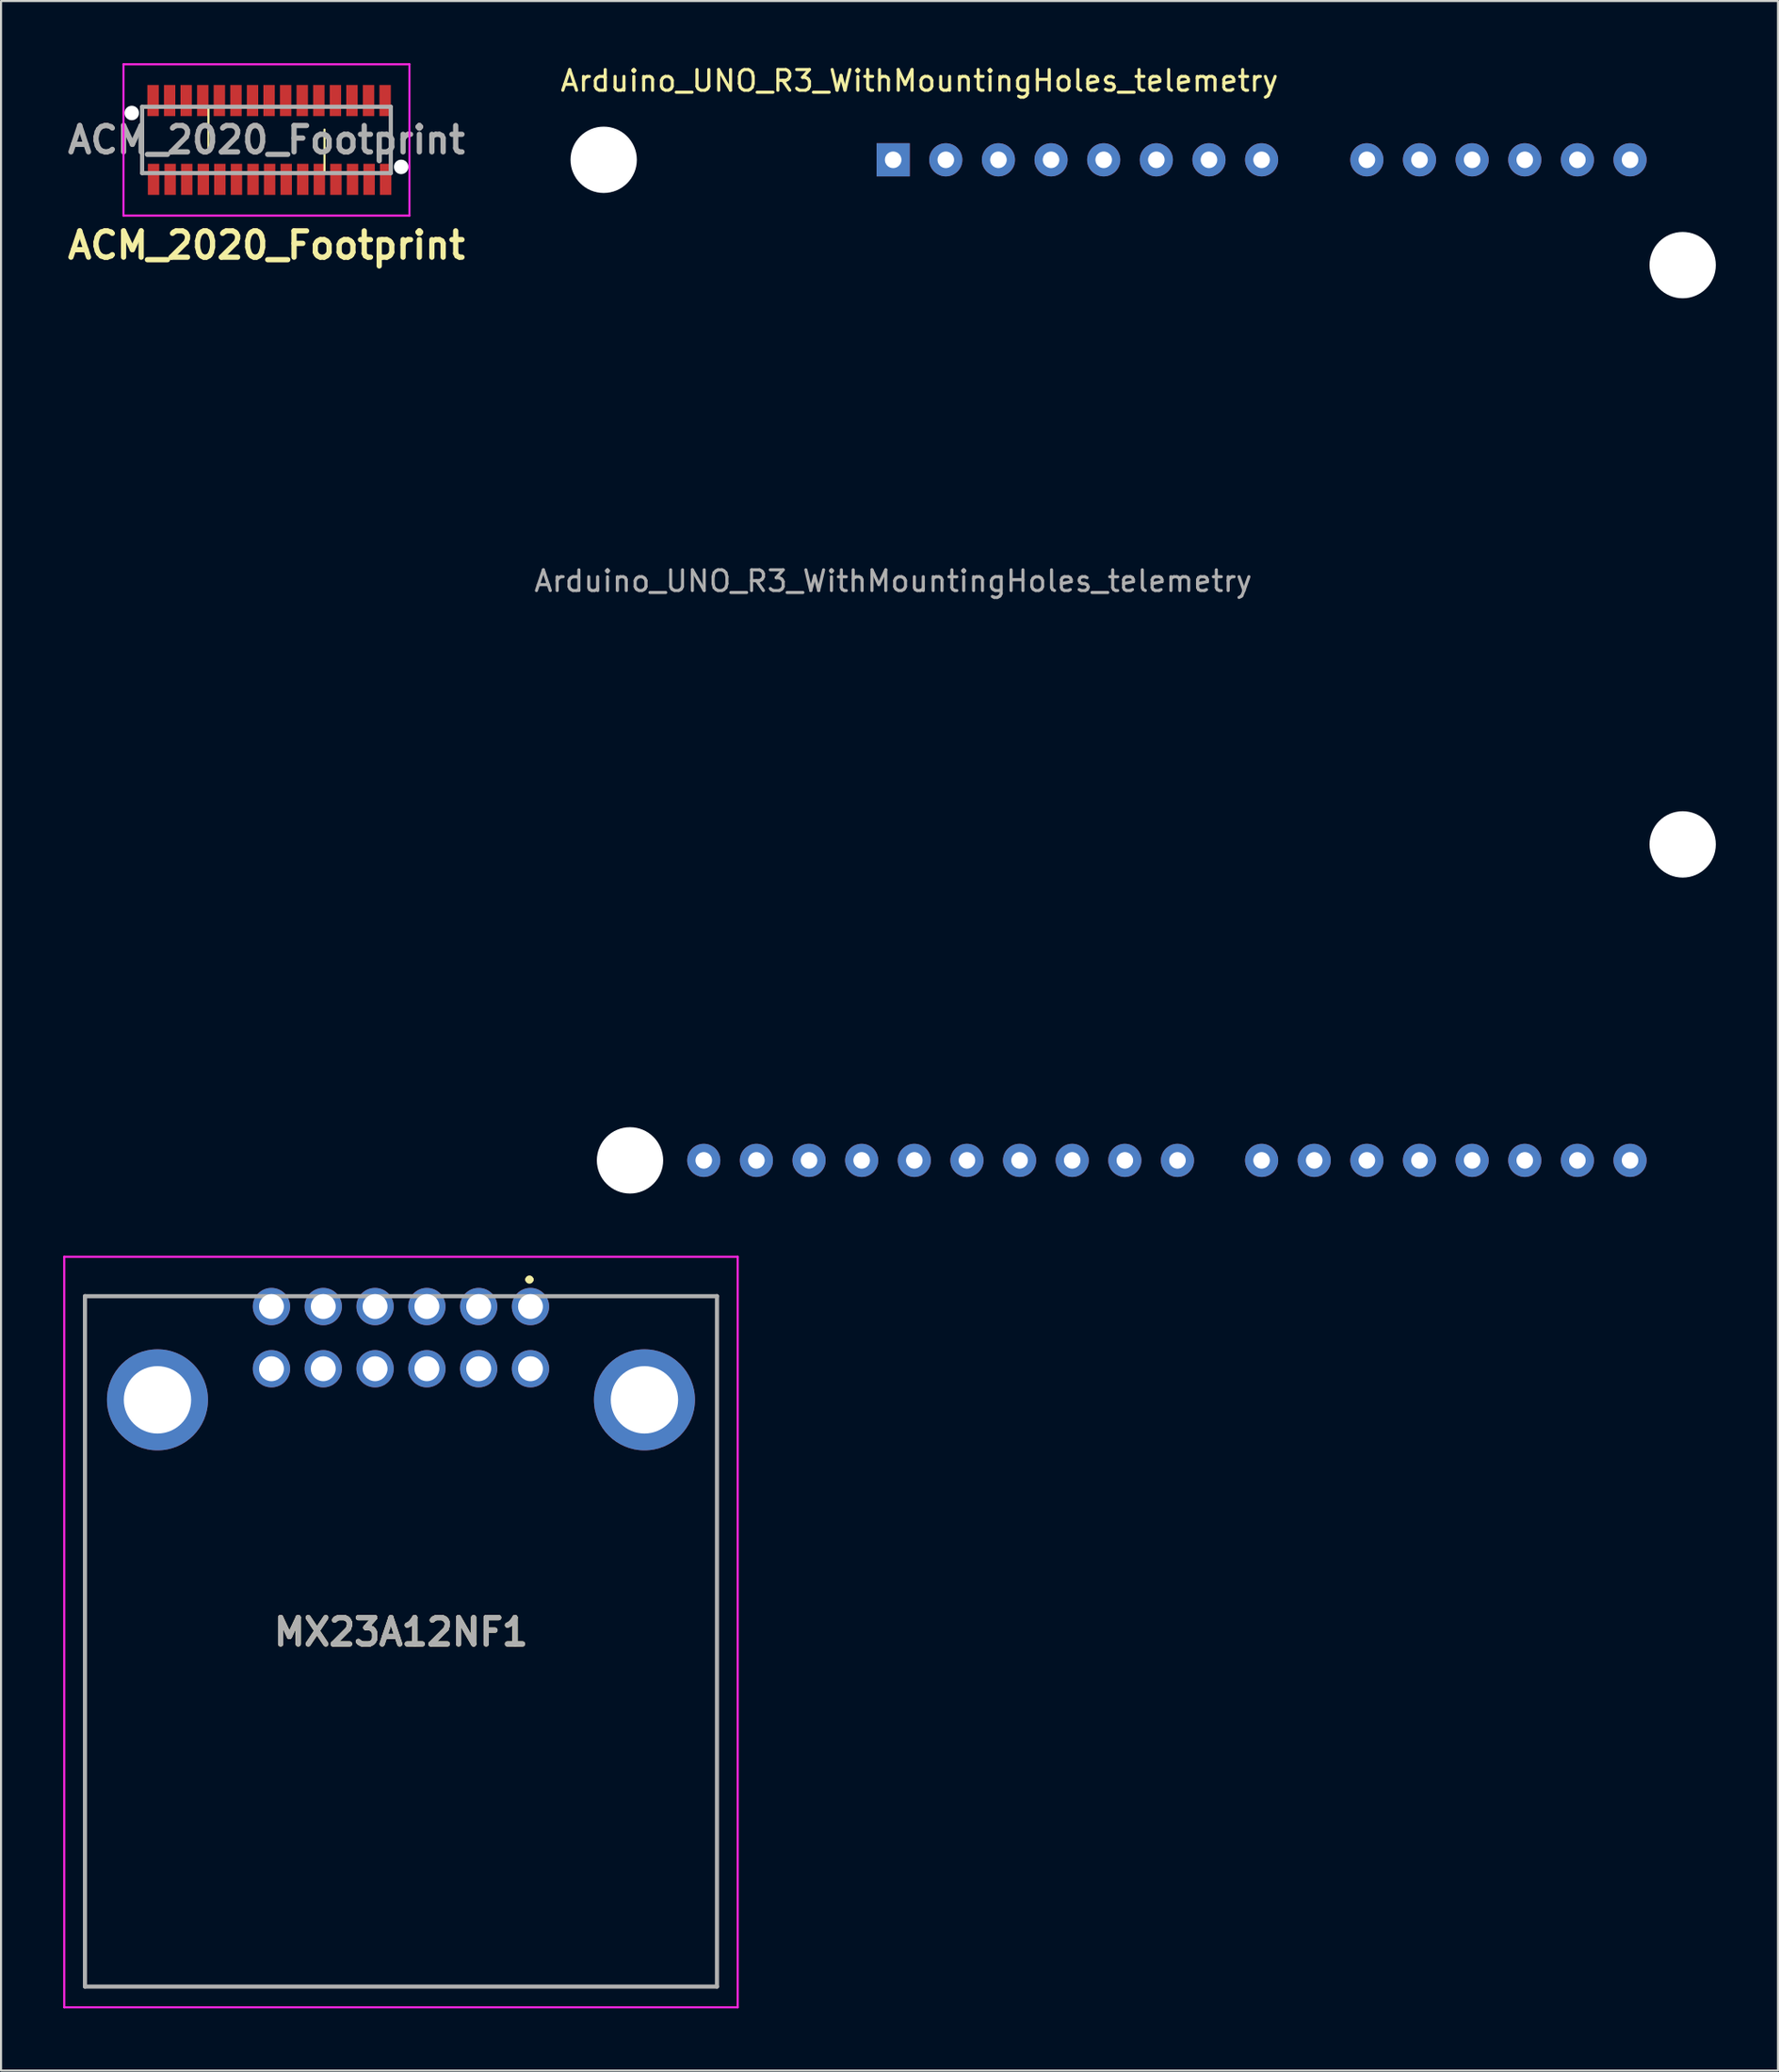
<source format=kicad_pcb>
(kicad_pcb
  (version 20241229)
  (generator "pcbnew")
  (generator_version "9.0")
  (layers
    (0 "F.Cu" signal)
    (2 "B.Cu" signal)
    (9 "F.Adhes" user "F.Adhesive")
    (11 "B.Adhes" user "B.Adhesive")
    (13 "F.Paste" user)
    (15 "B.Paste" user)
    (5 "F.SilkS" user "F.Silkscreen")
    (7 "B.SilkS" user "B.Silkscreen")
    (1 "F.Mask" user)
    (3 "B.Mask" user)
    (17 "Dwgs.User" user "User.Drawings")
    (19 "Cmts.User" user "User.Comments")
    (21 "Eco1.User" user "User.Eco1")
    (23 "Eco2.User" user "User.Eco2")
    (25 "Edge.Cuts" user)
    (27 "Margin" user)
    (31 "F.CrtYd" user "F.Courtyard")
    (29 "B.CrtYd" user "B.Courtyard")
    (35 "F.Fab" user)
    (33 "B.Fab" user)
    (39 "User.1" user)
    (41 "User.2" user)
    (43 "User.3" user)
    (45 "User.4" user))
  (footprint "ACM_2020_Footprint"
    (layer "F.Cu")
    (at 9.809 3.7)
    (property "Reference" "ACM_2020_Footprint" (at 0 5.08 180) (layer "F.SilkS") (effects (font (size 1.27 1.27) (thickness 0.254))))
    (attr through_hole)
    (fp_line (start -2.8 -1.6) (end -2.8 0.5) (stroke (width 0.1) (type solid)) (layer "F.SilkS"))
    (fp_line (start -2 -1.6) (end -2.8 -1.6) (stroke (width 0.1) (type solid)) (layer "F.SilkS"))
    (fp_line (start 2.8 -0.5) (end 2.8 1.6) (stroke (width 0.1) (type solid)) (layer "F.SilkS"))
    (fp_line (start 2.8 1.6) (end 2 1.6) (stroke (width 0.1) (type solid)) (layer "F.SilkS"))
    (fp_line (start -6.9 -3.65) (end 6.9 -3.65) (stroke (width 0.1) (type solid)) (layer "F.CrtYd"))
    (fp_line (start -6.9 3.65) (end -6.9 -3.65) (stroke (width 0.1) (type solid)) (layer "F.CrtYd"))
    (fp_line (start 6.9 -3.65) (end 6.9 3.65) (stroke (width 0.1) (type solid)) (layer "F.CrtYd"))
    (fp_line (start 6.9 3.65) (end -6.9 3.65) (stroke (width 0.1) (type solid)) (layer "F.CrtYd"))
    (fp_line (start -6 -1.6) (end 6 -1.6) (stroke (width 0.2) (type solid)) (layer "F.Fab"))
    (fp_line (start -6 1.6) (end -6 -1.6) (stroke (width 0.2) (type solid)) (layer "F.Fab"))
    (fp_line (start 6 -1.6) (end 6 1.6) (stroke (width 0.2) (type solid)) (layer "F.Fab"))
    (fp_line (start 6 1.6) (end -6 1.6) (stroke (width 0.2) (type solid)) (layer "F.Fab"))
    (fp_text user "${REFERENCE}" (at 0 0 180) (layer "F.Fab") (effects (font (size 1.27 1.27) (thickness 0.254))))
    (pad "" np_thru_hole circle (at -6.5 -1.3) (size 0.7 0.7) (drill 0.7) (layers "*.Cu" "*.Mask"))
    (pad "" np_thru_hole circle (at 6.5 1.3) (size 0.7 0.7) (drill 0.7) (layers "*.Cu" "*.Mask"))
    (pad "1" smd rect (at 5.752 1.9) (size 0.55 1.5) (layers "F.Cu" "F.Mask" "F.Paste"))
    (pad "2" smd rect (at 5.727 -1.9) (size 0.55 1.5) (layers "F.Cu" "F.Mask" "F.Paste"))
    (pad "3" smd rect (at 4.952 1.9) (size 0.55 1.5) (layers "F.Cu" "F.Mask" "F.Paste"))
    (pad "4" smd rect (at 4.927 -1.9) (size 0.55 1.5) (layers "F.Cu" "F.Mask" "F.Paste"))
    (pad "5" smd rect (at 4.152 1.9) (size 0.55 1.5) (layers "F.Cu" "F.Mask" "F.Paste"))
    (pad "6" smd rect (at 4.127 -1.9) (size 0.55 1.5) (layers "F.Cu" "F.Mask" "F.Paste"))
    (pad "7" smd rect (at 3.352 1.9) (size 0.55 1.5) (layers "F.Cu" "F.Mask" "F.Paste"))
    (pad "8" smd rect (at 3.327 -1.9) (size 0.55 1.5) (layers "F.Cu" "F.Mask" "F.Paste"))
    (pad "9" smd rect (at 2.552 1.9) (size 0.55 1.5) (layers "F.Cu" "F.Mask" "F.Paste"))
    (pad "10" smd rect (at 2.527 -1.9) (size 0.55 1.5) (layers "F.Cu" "F.Mask" "F.Paste"))
    (pad "11" smd rect (at 1.752 1.9) (size 0.55 1.5) (layers "F.Cu" "F.Mask" "F.Paste"))
    (pad "12" smd rect (at 1.727 -1.9) (size 0.55 1.5) (layers "F.Cu" "F.Mask" "F.Paste"))
    (pad "13" smd rect (at 0.952 1.9) (size 0.55 1.5) (layers "F.Cu" "F.Mask" "F.Paste"))
    (pad "14" smd rect (at 0.927 -1.9) (size 0.55 1.5) (layers "F.Cu" "F.Mask" "F.Paste"))
    (pad "15" smd rect (at 0.152 1.9) (size 0.55 1.5) (layers "F.Cu" "F.Mask" "F.Paste"))
    (pad "16" smd rect (at 0.127 -1.9) (size 0.55 1.5) (layers "F.Cu" "F.Mask" "F.Paste"))
    (pad "17" smd rect (at -0.648 1.9) (size 0.55 1.5) (layers "F.Cu" "F.Mask" "F.Paste"))
    (pad "18" smd rect (at -0.673 -1.9) (size 0.55 1.5) (layers "F.Cu" "F.Mask" "F.Paste"))
    (pad "19" smd rect (at -1.448 1.9) (size 0.55 1.5) (layers "F.Cu" "F.Mask" "F.Paste"))
    (pad "20" smd rect (at -1.473 -1.9) (size 0.55 1.5) (layers "F.Cu" "F.Mask" "F.Paste"))
    (pad "21" smd rect (at -2.248 1.9) (size 0.55 1.5) (layers "F.Cu" "F.Mask" "F.Paste"))
    (pad "22" smd rect (at -2.273 -1.9) (size 0.55 1.5) (layers "F.Cu" "F.Mask" "F.Paste"))
    (pad "23" smd rect (at -3.048 1.9) (size 0.55 1.5) (layers "F.Cu" "F.Mask" "F.Paste"))
    (pad "24" smd rect (at -3.073 -1.9) (size 0.55 1.5) (layers "F.Cu" "F.Mask" "F.Paste"))
    (pad "25" smd rect (at -3.848 1.9) (size 0.55 1.5) (layers "F.Cu" "F.Mask" "F.Paste"))
    (pad "26" smd rect (at -3.873 -1.9) (size 0.55 1.5) (layers "F.Cu" "F.Mask" "F.Paste"))
    (pad "27" smd rect (at -4.648 1.9) (size 0.55 1.5) (layers "F.Cu" "F.Mask" "F.Paste"))
    (pad "28" smd rect (at -4.673 -1.9) (size 0.55 1.5) (layers "F.Cu" "F.Mask" "F.Paste"))
    (pad "29" smd rect (at -5.448 1.9) (size 0.55 1.5) (layers "F.Cu" "F.Mask" "F.Paste"))
    (pad "30" smd rect (at -5.473 -1.9) (size 0.55 1.5) (layers "F.Cu" "F.Mask" "F.Paste")))
  (footprint "Arduino_UNO_R3_WithMountingHoles_telemetry"
    (layer "F.Cu")
    (at 40.053 4.658)
    (property "Reference" "Arduino_UNO_R3_WithMountingHoles_telemetry" (at 1.27 -3.81 180) (layer "F.SilkS") (effects (font (size 1 1) (thickness 0.15))))
    (attr through_hole)
    (fp_text user "${REFERENCE}" (at 0 20.32 180) (layer "F.Fab") (effects (font (size 1 1) (thickness 0.15))))
    (pad "" np_thru_hole circle (at -13.97 0 90) (size 3.2 3.2) (drill 3.2) (layers "*.Cu" "*.Mask"))
    (pad "" np_thru_hole circle (at -12.7 48.26 90) (size 3.2 3.2) (drill 3.2) (layers "*.Cu" "*.Mask"))
    (pad "" np_thru_hole circle (at 38.1 5.08 90) (size 3.2 3.2) (drill 3.2) (layers "*.Cu" "*.Mask"))
    (pad "" np_thru_hole circle (at 38.1 33.02 90) (size 3.2 3.2) (drill 3.2) (layers "*.Cu" "*.Mask"))
    (pad "1" thru_hole rect (at 0 0 90) (size 1.6 1.6) (drill 0.8) (layers "*.Cu" "*.Mask"))
    (pad "2" thru_hole oval (at 2.54 0 90) (size 1.6 1.6) (drill 0.8) (layers "*.Cu" "*.Mask"))
    (pad "3" thru_hole oval (at 5.08 0 90) (size 1.6 1.6) (drill 0.8) (layers "*.Cu" "*.Mask"))
    (pad "4" thru_hole oval (at 7.62 0 90) (size 1.6 1.6) (drill 0.8) (layers "*.Cu" "*.Mask"))
    (pad "5" thru_hole oval (at 10.16 0 90) (size 1.6 1.6) (drill 0.8) (layers "*.Cu" "*.Mask"))
    (pad "6" thru_hole oval (at 12.7 0 90) (size 1.6 1.6) (drill 0.8) (layers "*.Cu" "*.Mask"))
    (pad "7" thru_hole oval (at 15.24 0 90) (size 1.6 1.6) (drill 0.8) (layers "*.Cu" "*.Mask"))
    (pad "8" thru_hole oval (at 17.78 0 90) (size 1.6 1.6) (drill 0.8) (layers "*.Cu" "*.Mask"))
    (pad "9" thru_hole oval (at 22.86 0 90) (size 1.6 1.6) (drill 0.8) (layers "*.Cu" "*.Mask"))
    (pad "10" thru_hole oval (at 25.4 0 90) (size 1.6 1.6) (drill 0.8) (layers "*.Cu" "*.Mask"))
    (pad "11" thru_hole oval (at 27.94 0 90) (size 1.6 1.6) (drill 0.8) (layers "*.Cu" "*.Mask"))
    (pad "12" thru_hole oval (at 30.48 0 90) (size 1.6 1.6) (drill 0.8) (layers "*.Cu" "*.Mask"))
    (pad "13" thru_hole oval (at 33.02 0 90) (size 1.6 1.6) (drill 0.8) (layers "*.Cu" "*.Mask"))
    (pad "14" thru_hole oval (at 35.56 0 90) (size 1.6 1.6) (drill 0.8) (layers "*.Cu" "*.Mask"))
    (pad "15" thru_hole oval (at 35.56 48.26 90) (size 1.6 1.6) (drill 0.8) (layers "*.Cu" "*.Mask"))
    (pad "16" thru_hole oval (at 33.02 48.26 90) (size 1.6 1.6) (drill 0.8) (layers "*.Cu" "*.Mask"))
    (pad "17" thru_hole oval (at 30.48 48.26 90) (size 1.6 1.6) (drill 0.8) (layers "*.Cu" "*.Mask"))
    (pad "18" thru_hole oval (at 27.94 48.26 90) (size 1.6 1.6) (drill 0.8) (layers "*.Cu" "*.Mask"))
    (pad "19" thru_hole oval (at 25.4 48.26 90) (size 1.6 1.6) (drill 0.8) (layers "*.Cu" "*.Mask"))
    (pad "20" thru_hole oval (at 22.86 48.26 90) (size 1.6 1.6) (drill 0.8) (layers "*.Cu" "*.Mask"))
    (pad "21" thru_hole oval (at 20.32 48.26 90) (size 1.6 1.6) (drill 0.8) (layers "*.Cu" "*.Mask"))
    (pad "22" thru_hole oval (at 17.78 48.26 90) (size 1.6 1.6) (drill 0.8) (layers "*.Cu" "*.Mask"))
    (pad "23" thru_hole oval (at 13.72 48.26 90) (size 1.6 1.6) (drill 0.8) (layers "*.Cu" "*.Mask"))
    (pad "24" thru_hole oval (at 11.18 48.26 90) (size 1.6 1.6) (drill 0.8) (layers "*.Cu" "*.Mask"))
    (pad "25" thru_hole oval (at 8.64 48.26 90) (size 1.6 1.6) (drill 0.8) (layers "*.Cu" "*.Mask"))
    (pad "26" thru_hole oval (at 6.1 48.26 90) (size 1.6 1.6) (drill 0.8) (layers "*.Cu" "*.Mask"))
    (pad "27" thru_hole oval (at 3.56 48.26 90) (size 1.6 1.6) (drill 0.8) (layers "*.Cu" "*.Mask"))
    (pad "28" thru_hole oval (at 1.02 48.26 90) (size 1.6 1.6) (drill 0.8) (layers "*.Cu" "*.Mask"))
    (pad "29" thru_hole oval (at -1.52 48.26 90) (size 1.6 1.6) (drill 0.8) (layers "*.Cu" "*.Mask"))
    (pad "30" thru_hole oval (at -4.06 48.26 90) (size 1.6 1.6) (drill 0.8) (layers "*.Cu" "*.Mask"))
    (pad "31" thru_hole oval (at -6.6 48.26 90) (size 1.6 1.6) (drill 0.8) (layers "*.Cu" "*.Mask"))
    (pad "32" thru_hole oval (at -9.14 48.26 90) (size 1.6 1.6) (drill 0.8) (layers "*.Cu" "*.Mask")))
  (footprint "MX23A12NF1"
    (layer "F.Cu")
    (at 16.3 75.668)
    (property "Reference" "MX23A12NF1" (at 0 0 0) (layer "F.SilkS") (effects (font (size 1.27 1.27) (thickness 0.254))))
    (attr through_hole)
    (fp_line (start -15.25 -16.2) (end -15.25 17.1) (stroke (width 0.1) (type solid)) (layer "F.SilkS"))
    (fp_line (start -15.25 17.1) (end 15.25 17.1) (stroke (width 0.1) (type solid)) (layer "F.SilkS"))
    (fp_line (start -7.5 -16.2) (end -15.25 -16.2) (stroke (width 0.1) (type solid)) (layer "F.SilkS"))
    (fp_line (start 6.1 -17) (end 6.1 -17) (stroke (width 0.2) (type solid)) (layer "F.SilkS"))
    (fp_line (start 6.3 -17) (end 6.3 -17) (stroke (width 0.2) (type solid)) (layer "F.SilkS"))
    (fp_line (start 15.25 -16.2) (end 7.5 -16.2) (stroke (width 0.1) (type solid)) (layer "F.SilkS"))
    (fp_line (start 15.25 17.1) (end 15.25 -16.2) (stroke (width 0.1) (type solid)) (layer "F.SilkS"))
    (fp_arc (start 6.1 -17) (mid 6.2 -17.1) (end 6.3 -17) (stroke (width 0.2) (type solid)) (layer "F.SilkS"))
    (fp_arc (start 6.3 -17) (mid 6.2 -16.9) (end 6.1 -17) (stroke (width 0.2) (type solid)) (layer "F.SilkS"))
    (fp_line (start -16.25 -18.1) (end 16.25 -18.1) (stroke (width 0.1) (type solid)) (layer "F.CrtYd"))
    (fp_line (start -16.25 18.1) (end -16.25 -18.1) (stroke (width 0.1) (type solid)) (layer "F.CrtYd"))
    (fp_line (start 16.25 -18.1) (end 16.25 18.1) (stroke (width 0.1) (type solid)) (layer "F.CrtYd"))
    (fp_line (start 16.25 18.1) (end -16.25 18.1) (stroke (width 0.1) (type solid)) (layer "F.CrtYd"))
    (fp_line (start -15.25 -16.2) (end 15.25 -16.2) (stroke (width 0.2) (type solid)) (layer "F.Fab"))
    (fp_line (start -15.25 17.1) (end -15.25 -16.2) (stroke (width 0.2) (type solid)) (layer "F.Fab"))
    (fp_line (start 15.25 -16.2) (end 15.25 17.1) (stroke (width 0.2) (type solid)) (layer "F.Fab"))
    (fp_line (start 15.25 17.1) (end -15.25 17.1) (stroke (width 0.2) (type solid)) (layer "F.Fab"))
    (fp_text user "${REFERENCE}" (at 0 0 0) (layer "F.Fab") (effects (font (size 1.27 1.27) (thickness 0.254))))
    (pad "1" thru_hole circle (at 6.25 -15.7) (size 1.8 1.8) (drill 1.2) (layers "*.Cu" "*.Mask"))
    (pad "2" thru_hole circle (at 3.75 -15.7) (size 1.8 1.8) (drill 1.2) (layers "*.Cu" "*.Mask"))
    (pad "3" thru_hole circle (at 1.25 -15.7) (size 1.8 1.8) (drill 1.2) (layers "*.Cu" "*.Mask"))
    (pad "4" thru_hole circle (at -1.25 -15.7) (size 1.8 1.8) (drill 1.2) (layers "*.Cu" "*.Mask"))
    (pad "5" thru_hole circle (at -3.75 -15.7) (size 1.8 1.8) (drill 1.2) (layers "*.Cu" "*.Mask"))
    (pad "6" thru_hole circle (at -6.25 -15.7) (size 1.8 1.8) (drill 1.2) (layers "*.Cu" "*.Mask"))
    (pad "7" thru_hole circle (at 6.25 -12.7) (size 1.8 1.8) (drill 1.2) (layers "*.Cu" "*.Mask"))
    (pad "8" thru_hole circle (at 3.75 -12.7) (size 1.8 1.8) (drill 1.2) (layers "*.Cu" "*.Mask"))
    (pad "9" thru_hole circle (at 1.25 -12.7) (size 1.8 1.8) (drill 1.2) (layers "*.Cu" "*.Mask"))
    (pad "10" thru_hole circle (at -1.25 -12.7) (size 1.8 1.8) (drill 1.2) (layers "*.Cu" "*.Mask"))
    (pad "11" thru_hole circle (at -3.75 -12.7) (size 1.8 1.8) (drill 1.2) (layers "*.Cu" "*.Mask"))
    (pad "12" thru_hole circle (at -6.25 -12.7) (size 1.8 1.8) (drill 1.2) (layers "*.Cu" "*.Mask"))
    (pad "13" thru_hole circle (at -11.75 -11.2) (size 4.875 4.875) (drill 3.25) (layers "*.Cu" "*.Mask"))
    (pad "14" thru_hole circle (at 11.75 -11.2) (size 4.875 4.875) (drill 3.25) (layers "*.Cu" "*.Mask")))
  (gr_rect
    (start -3 -3)
    (end 82.753 96.818)
    (stroke (width 0.1) (type default))
    (fill no)
    (layer "Edge.Cuts")))
</source>
